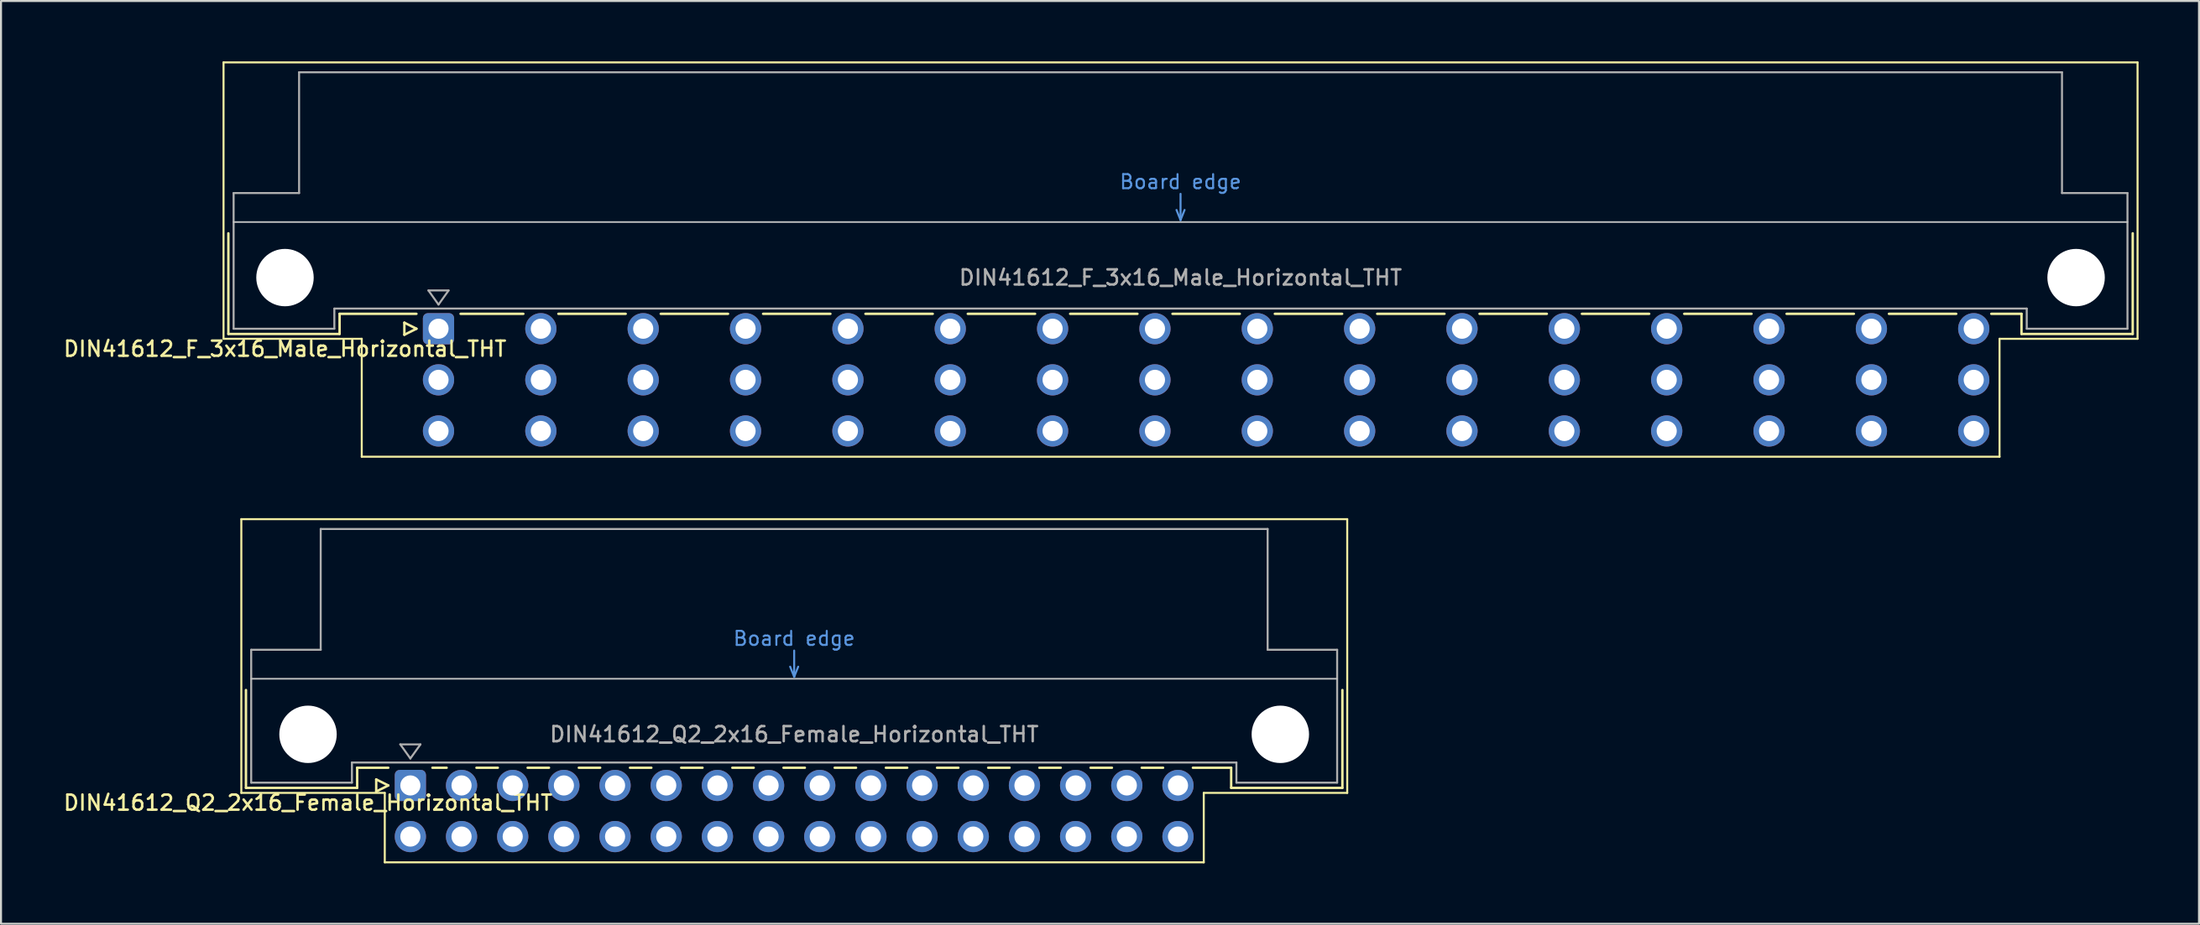
<source format=kicad_pcb>
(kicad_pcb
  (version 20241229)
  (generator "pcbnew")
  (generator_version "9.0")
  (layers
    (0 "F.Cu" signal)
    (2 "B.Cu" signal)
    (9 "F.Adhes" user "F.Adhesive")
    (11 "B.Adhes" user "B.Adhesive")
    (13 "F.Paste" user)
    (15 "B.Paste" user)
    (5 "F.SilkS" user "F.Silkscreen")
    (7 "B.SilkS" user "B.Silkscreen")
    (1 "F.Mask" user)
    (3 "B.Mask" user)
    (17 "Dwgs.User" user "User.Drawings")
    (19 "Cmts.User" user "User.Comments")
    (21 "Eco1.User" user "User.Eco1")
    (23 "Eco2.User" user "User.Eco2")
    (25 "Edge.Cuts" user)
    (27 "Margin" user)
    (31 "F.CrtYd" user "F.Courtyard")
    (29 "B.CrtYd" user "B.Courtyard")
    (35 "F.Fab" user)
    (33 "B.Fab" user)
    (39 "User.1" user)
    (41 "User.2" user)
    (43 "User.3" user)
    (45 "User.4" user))
  (footprint "DIN41612_F_3x16_Male_Horizontal_THT"
    (layer "F.Cu")
    (at 16.175 13.28)
    (property "Reference" "DIN41612_F_3x16_Male_Horizontal_THT" (at -5.08 1 0) (layer "F.SilkS") (effects (font (size 0.75 0.75) (thickness 0.125))))
    (attr through_hole)
    (fp_line (start -8.13 -13.23) (end -8.13 0.5) (stroke (width 0.1) (type solid)) (layer "F.SilkS"))
    (fp_line (start -8.13 0.5) (end -1.27 0.5) (stroke (width 0.1) (type solid)) (layer "F.SilkS"))
    (fp_line (start -7.89 -4.74) (end -7.89 0.26) (stroke (width 0.12) (type solid)) (layer "F.SilkS"))
    (fp_line (start -7.89 0.26) (end -2.37 0.26) (stroke (width 0.12) (type solid)) (layer "F.SilkS"))
    (fp_line (start -2.371 -0.74) (end 1.445 -0.74) (stroke (width 0.12) (type solid)) (layer "F.SilkS"))
    (fp_line (start -2.37 0.26) (end -2.37 -0.74) (stroke (width 0.12) (type solid)) (layer "F.SilkS"))
    (fp_line (start -1.27 0.5) (end -1.27 6.36) (stroke (width 0.1) (type solid)) (layer "F.SilkS"))
    (fp_line (start -1.27 6.36) (end 80.02 6.36) (stroke (width 0.1) (type solid)) (layer "F.SilkS"))
    (fp_line (start 0.845 -0.3) (end 0.845 0.3) (stroke (width 0.12) (type solid)) (layer "F.SilkS"))
    (fp_line (start 0.845 0.3) (end 1.445 0) (stroke (width 0.12) (type solid)) (layer "F.SilkS"))
    (fp_line (start 1.445 0) (end 0.845 -0.3) (stroke (width 0.12) (type solid)) (layer "F.SilkS"))
    (fp_line (start 3.635 -0.74) (end 6.751 -0.74) (stroke (width 0.12) (type solid)) (layer "F.SilkS"))
    (fp_line (start 8.49 -0.74) (end 11.831 -0.74) (stroke (width 0.12) (type solid)) (layer "F.SilkS"))
    (fp_line (start 13.57 -0.74) (end 16.911 -0.74) (stroke (width 0.12) (type solid)) (layer "F.SilkS"))
    (fp_line (start 18.65 -0.74) (end 21.991 -0.74) (stroke (width 0.12) (type solid)) (layer "F.SilkS"))
    (fp_line (start 23.73 -0.74) (end 27.071 -0.74) (stroke (width 0.12) (type solid)) (layer "F.SilkS"))
    (fp_line (start 28.81 -0.74) (end 32.151 -0.74) (stroke (width 0.12) (type solid)) (layer "F.SilkS"))
    (fp_line (start 33.89 -0.74) (end 37.231 -0.74) (stroke (width 0.12) (type solid)) (layer "F.SilkS"))
    (fp_line (start 38.97 -0.74) (end 42.311 -0.74) (stroke (width 0.12) (type solid)) (layer "F.SilkS"))
    (fp_line (start 44.05 -0.74) (end 47.391 -0.74) (stroke (width 0.12) (type solid)) (layer "F.SilkS"))
    (fp_line (start 49.13 -0.74) (end 52.471 -0.74) (stroke (width 0.12) (type solid)) (layer "F.SilkS"))
    (fp_line (start 54.21 -0.74) (end 57.551 -0.74) (stroke (width 0.12) (type solid)) (layer "F.SilkS"))
    (fp_line (start 59.29 -0.74) (end 62.631 -0.74) (stroke (width 0.12) (type solid)) (layer "F.SilkS"))
    (fp_line (start 64.37 -0.74) (end 67.711 -0.74) (stroke (width 0.12) (type solid)) (layer "F.SilkS"))
    (fp_line (start 69.45 -0.74) (end 72.791 -0.74) (stroke (width 0.12) (type solid)) (layer "F.SilkS"))
    (fp_line (start 74.53 -0.74) (end 77.871 -0.74) (stroke (width 0.12) (type solid)) (layer "F.SilkS"))
    (fp_line (start 79.61 -0.74) (end 81.11 -0.74) (stroke (width 0.12) (type solid)) (layer "F.SilkS"))
    (fp_line (start 80.02 0.5) (end 86.87 0.5) (stroke (width 0.1) (type solid)) (layer "F.SilkS"))
    (fp_line (start 80.02 6.36) (end 80.02 0.5) (stroke (width 0.1) (type solid)) (layer "F.SilkS"))
    (fp_line (start 81.11 0.26) (end 81.11 -0.74) (stroke (width 0.12) (type solid)) (layer "F.SilkS"))
    (fp_line (start 86.63 -4.74) (end 86.63 0.26) (stroke (width 0.12) (type solid)) (layer "F.SilkS"))
    (fp_line (start 86.63 0.26) (end 81.11 0.26) (stroke (width 0.12) (type solid)) (layer "F.SilkS"))
    (fp_line (start 86.87 -13.23) (end -8.13 -13.23) (stroke (width 0.1) (type solid)) (layer "F.SilkS"))
    (fp_line (start 86.87 0.5) (end 86.87 -13.23) (stroke (width 0.1) (type solid)) (layer "F.SilkS"))
    (fp_line (start -7.63 -5.3) (end 86.37 -5.3) (stroke (width 0.08) (type solid)) (layer "Dwgs.User"))
    (fp_line (start 39.17 -5.9) (end 39.37 -5.4) (stroke (width 0.1) (type solid)) (layer "Cmts.User"))
    (fp_line (start 39.37 -5.4) (end 39.37 -6.7) (stroke (width 0.1) (type solid)) (layer "Cmts.User"))
    (fp_line (start 39.37 -5.4) (end 39.57 -5.9) (stroke (width 0.1) (type solid)) (layer "Cmts.User"))
    (fp_line (start -7.63 -6.74) (end -7.63 0) (stroke (width 0.1) (type solid)) (layer "F.Fab"))
    (fp_line (start -7.63 0) (end -2.63 0) (stroke (width 0.1) (type solid)) (layer "F.Fab"))
    (fp_line (start -4.38 -12.74) (end -4.38 -6.74) (stroke (width 0.1) (type solid)) (layer "F.Fab"))
    (fp_line (start -4.38 -6.74) (end -7.63 -6.74) (stroke (width 0.1) (type solid)) (layer "F.Fab"))
    (fp_line (start -2.63 -1) (end 81.37 -1) (stroke (width 0.1) (type solid)) (layer "F.Fab"))
    (fp_line (start -2.63 0) (end -2.63 -1) (stroke (width 0.1) (type solid)) (layer "F.Fab"))
    (fp_line (start 2.04 -1.9) (end 3.04 -1.9) (stroke (width 0.1) (type solid)) (layer "F.Fab"))
    (fp_line (start 2.54 -1.2) (end 2.04 -1.9) (stroke (width 0.1) (type solid)) (layer "F.Fab"))
    (fp_line (start 3.04 -1.9) (end 2.54 -1.2) (stroke (width 0.1) (type solid)) (layer "F.Fab"))
    (fp_line (start 81.37 -1) (end 81.37 0) (stroke (width 0.1) (type solid)) (layer "F.Fab"))
    (fp_line (start 81.37 0) (end 86.37 0) (stroke (width 0.1) (type solid)) (layer "F.Fab"))
    (fp_line (start 83.12 -12.74) (end -4.38 -12.74) (stroke (width 0.1) (type solid)) (layer "F.Fab"))
    (fp_line (start 83.12 -6.74) (end 83.12 -12.74) (stroke (width 0.1) (type solid)) (layer "F.Fab"))
    (fp_line (start 86.37 -6.74) (end 83.12 -6.74) (stroke (width 0.1) (type solid)) (layer "F.Fab"))
    (fp_line (start 86.37 0) (end 86.37 -6.74) (stroke (width 0.1) (type solid)) (layer "F.Fab"))
    (fp_text user "Board edge" (at 39.37 -7.3 0) (layer "Cmts.User") (effects (font (size 0.7 0.7) (thickness 0.1))))
    (fp_text user "${REFERENCE}" (at 39.37 -2.54 0) (layer "F.Fab") (effects (font (size 0.75 0.75) (thickness 0.125))))
    (pad "" np_thru_hole circle (at -5.08 -2.54) (size 2.85 2.85) (drill 2.85) (layers "*.Cu" "*.Mask"))
    (pad "" np_thru_hole circle (at 83.82 -2.54) (size 2.85 2.85) (drill 2.85) (layers "*.Cu" "*.Mask"))
    (pad "b2" thru_hole circle (at 2.54 2.54) (size 1.55 1.55) (drill 1) (layers "*.Cu" "*.Mask"))
    (pad "b4" thru_hole circle (at 7.62 2.54) (size 1.55 1.55) (drill 1) (layers "*.Cu" "*.Mask"))
    (pad "b6" thru_hole circle (at 12.7 2.54) (size 1.55 1.55) (drill 1) (layers "*.Cu" "*.Mask"))
    (pad "b8" thru_hole circle (at 17.78 2.54) (size 1.55 1.55) (drill 1) (layers "*.Cu" "*.Mask"))
    (pad "b10" thru_hole circle (at 22.86 2.54) (size 1.55 1.55) (drill 1) (layers "*.Cu" "*.Mask"))
    (pad "b12" thru_hole circle (at 27.94 2.54) (size 1.55 1.55) (drill 1) (layers "*.Cu" "*.Mask"))
    (pad "b14" thru_hole circle (at 33.02 2.54) (size 1.55 1.55) (drill 1) (layers "*.Cu" "*.Mask"))
    (pad "b16" thru_hole circle (at 38.1 2.54) (size 1.55 1.55) (drill 1) (layers "*.Cu" "*.Mask"))
    (pad "b18" thru_hole circle (at 43.18 2.54) (size 1.55 1.55) (drill 1) (layers "*.Cu" "*.Mask"))
    (pad "b20" thru_hole circle (at 48.26 2.54) (size 1.55 1.55) (drill 1) (layers "*.Cu" "*.Mask"))
    (pad "b22" thru_hole circle (at 53.34 2.54) (size 1.55 1.55) (drill 1) (layers "*.Cu" "*.Mask"))
    (pad "b24" thru_hole circle (at 58.42 2.54) (size 1.55 1.55) (drill 1) (layers "*.Cu" "*.Mask"))
    (pad "b26" thru_hole circle (at 63.5 2.54) (size 1.55 1.55) (drill 1) (layers "*.Cu" "*.Mask"))
    (pad "b28" thru_hole circle (at 68.58 2.54) (size 1.55 1.55) (drill 1) (layers "*.Cu" "*.Mask"))
    (pad "b30" thru_hole circle (at 73.66 2.54) (size 1.55 1.55) (drill 1) (layers "*.Cu" "*.Mask"))
    (pad "b32" thru_hole circle (at 78.74 2.54) (size 1.55 1.55) (drill 1) (layers "*.Cu" "*.Mask"))
    (pad "d2" thru_hole circle (at 2.54 5.08) (size 1.55 1.55) (drill 1) (layers "*.Cu" "*.Mask"))
    (pad "d4" thru_hole circle (at 7.62 5.08) (size 1.55 1.55) (drill 1) (layers "*.Cu" "*.Mask"))
    (pad "d6" thru_hole circle (at 12.7 5.08) (size 1.55 1.55) (drill 1) (layers "*.Cu" "*.Mask"))
    (pad "d8" thru_hole circle (at 17.78 5.08) (size 1.55 1.55) (drill 1) (layers "*.Cu" "*.Mask"))
    (pad "d10" thru_hole circle (at 22.86 5.08) (size 1.55 1.55) (drill 1) (layers "*.Cu" "*.Mask"))
    (pad "d12" thru_hole circle (at 27.94 5.08) (size 1.55 1.55) (drill 1) (layers "*.Cu" "*.Mask"))
    (pad "d14" thru_hole circle (at 33.02 5.08) (size 1.55 1.55) (drill 1) (layers "*.Cu" "*.Mask"))
    (pad "d16" thru_hole circle (at 38.1 5.08) (size 1.55 1.55) (drill 1) (layers "*.Cu" "*.Mask"))
    (pad "d18" thru_hole circle (at 43.18 5.08) (size 1.55 1.55) (drill 1) (layers "*.Cu" "*.Mask"))
    (pad "d20" thru_hole circle (at 48.26 5.08) (size 1.55 1.55) (drill 1) (layers "*.Cu" "*.Mask"))
    (pad "d22" thru_hole circle (at 53.34 5.08) (size 1.55 1.55) (drill 1) (layers "*.Cu" "*.Mask"))
    (pad "d24" thru_hole circle (at 58.42 5.08) (size 1.55 1.55) (drill 1) (layers "*.Cu" "*.Mask"))
    (pad "d26" thru_hole circle (at 63.5 5.08) (size 1.55 1.55) (drill 1) (layers "*.Cu" "*.Mask"))
    (pad "d28" thru_hole circle (at 68.58 5.08) (size 1.55 1.55) (drill 1) (layers "*.Cu" "*.Mask"))
    (pad "d30" thru_hole circle (at 73.66 5.08) (size 1.55 1.55) (drill 1) (layers "*.Cu" "*.Mask"))
    (pad "d32" thru_hole circle (at 78.74 5.08) (size 1.55 1.55) (drill 1) (layers "*.Cu" "*.Mask"))
    (pad "z2" thru_hole roundrect (at 2.54 0) (size 1.55 1.55) (drill 1) (layers "*.Cu" "*.Mask") (roundrect_rratio 0.161))
    (pad "z4" thru_hole circle (at 7.62 0) (size 1.55 1.55) (drill 1) (layers "*.Cu" "*.Mask"))
    (pad "z6" thru_hole circle (at 12.7 0) (size 1.55 1.55) (drill 1) (layers "*.Cu" "*.Mask"))
    (pad "z8" thru_hole circle (at 17.78 0) (size 1.55 1.55) (drill 1) (layers "*.Cu" "*.Mask"))
    (pad "z10" thru_hole circle (at 22.86 0) (size 1.55 1.55) (drill 1) (layers "*.Cu" "*.Mask"))
    (pad "z12" thru_hole circle (at 27.94 0) (size 1.55 1.55) (drill 1) (layers "*.Cu" "*.Mask"))
    (pad "z14" thru_hole circle (at 33.02 0) (size 1.55 1.55) (drill 1) (layers "*.Cu" "*.Mask"))
    (pad "z16" thru_hole circle (at 38.1 0) (size 1.55 1.55) (drill 1) (layers "*.Cu" "*.Mask"))
    (pad "z18" thru_hole circle (at 43.18 0) (size 1.55 1.55) (drill 1) (layers "*.Cu" "*.Mask"))
    (pad "z20" thru_hole circle (at 48.26 0) (size 1.55 1.55) (drill 1) (layers "*.Cu" "*.Mask"))
    (pad "z22" thru_hole circle (at 53.34 0) (size 1.55 1.55) (drill 1) (layers "*.Cu" "*.Mask"))
    (pad "z24" thru_hole circle (at 58.42 0) (size 1.55 1.55) (drill 1) (layers "*.Cu" "*.Mask"))
    (pad "z26" thru_hole circle (at 63.5 0) (size 1.55 1.55) (drill 1) (layers "*.Cu" "*.Mask"))
    (pad "z28" thru_hole circle (at 68.58 0) (size 1.55 1.55) (drill 1) (layers "*.Cu" "*.Mask"))
    (pad "z30" thru_hole circle (at 73.66 0) (size 1.55 1.55) (drill 1) (layers "*.Cu" "*.Mask"))
    (pad "z32" thru_hole circle (at 78.74 0) (size 1.55 1.55) (drill 1) (layers "*.Cu" "*.Mask")))
  (footprint "DIN41612_Q2_2x16_Female_Horizontal_THT"
    (layer "F.Cu")
    (at 17.318 35.97)
    (property "Reference" "DIN41612_Q2_2x16_Female_Horizontal_THT" (at -5.08 0.86 0) (layer "F.SilkS") (effects (font (size 0.75 0.75) (thickness 0.125))))
    (attr through_hole)
    (fp_line (start -8.39 -13.23) (end -8.39 0.37) (stroke (width 0.1) (type solid)) (layer "F.SilkS"))
    (fp_line (start -8.39 0.37) (end -1.27 0.37) (stroke (width 0.1) (type solid)) (layer "F.SilkS"))
    (fp_line (start -8.16 -4.74) (end -8.16 0.12) (stroke (width 0.12) (type solid)) (layer "F.SilkS"))
    (fp_line (start -8.16 0.12) (end -2.64 0.12) (stroke (width 0.12) (type solid)) (layer "F.SilkS"))
    (fp_line (start -2.64 -0.88) (end -1.095 -0.88) (stroke (width 0.12) (type solid)) (layer "F.SilkS"))
    (fp_line (start -2.64 0.12) (end -2.64 -0.88) (stroke (width 0.12) (type solid)) (layer "F.SilkS"))
    (fp_line (start -1.695 -0.3) (end -1.695 0.3) (stroke (width 0.12) (type solid)) (layer "F.SilkS"))
    (fp_line (start -1.695 0.3) (end -1.095 0) (stroke (width 0.12) (type solid)) (layer "F.SilkS"))
    (fp_line (start -1.27 0.37) (end -1.27 3.82) (stroke (width 0.1) (type solid)) (layer "F.SilkS"))
    (fp_line (start -1.27 3.82) (end 39.38 3.82) (stroke (width 0.1) (type solid)) (layer "F.SilkS"))
    (fp_line (start -1.095 0) (end -1.695 -0.3) (stroke (width 0.12) (type solid)) (layer "F.SilkS"))
    (fp_line (start 1.095 -0.88) (end 1.801 -0.88) (stroke (width 0.12) (type solid)) (layer "F.SilkS"))
    (fp_line (start 3.28 -0.88) (end 4.341 -0.88) (stroke (width 0.12) (type solid)) (layer "F.SilkS"))
    (fp_line (start 5.82 -0.88) (end 6.881 -0.88) (stroke (width 0.12) (type solid)) (layer "F.SilkS"))
    (fp_line (start 8.36 -0.88) (end 9.421 -0.88) (stroke (width 0.12) (type solid)) (layer "F.SilkS"))
    (fp_line (start 10.9 -0.88) (end 11.961 -0.88) (stroke (width 0.12) (type solid)) (layer "F.SilkS"))
    (fp_line (start 13.44 -0.88) (end 14.501 -0.88) (stroke (width 0.12) (type solid)) (layer "F.SilkS"))
    (fp_line (start 15.98 -0.88) (end 17.041 -0.88) (stroke (width 0.12) (type solid)) (layer "F.SilkS"))
    (fp_line (start 18.52 -0.88) (end 19.581 -0.88) (stroke (width 0.12) (type solid)) (layer "F.SilkS"))
    (fp_line (start 21.06 -0.88) (end 22.121 -0.88) (stroke (width 0.12) (type solid)) (layer "F.SilkS"))
    (fp_line (start 23.6 -0.88) (end 24.661 -0.88) (stroke (width 0.12) (type solid)) (layer "F.SilkS"))
    (fp_line (start 26.14 -0.88) (end 27.201 -0.88) (stroke (width 0.12) (type solid)) (layer "F.SilkS"))
    (fp_line (start 28.68 -0.88) (end 29.741 -0.88) (stroke (width 0.12) (type solid)) (layer "F.SilkS"))
    (fp_line (start 31.22 -0.88) (end 32.281 -0.88) (stroke (width 0.12) (type solid)) (layer "F.SilkS"))
    (fp_line (start 33.76 -0.88) (end 34.821 -0.88) (stroke (width 0.12) (type solid)) (layer "F.SilkS"))
    (fp_line (start 36.3 -0.88) (end 37.361 -0.88) (stroke (width 0.12) (type solid)) (layer "F.SilkS"))
    (fp_line (start 38.84 -0.88) (end 40.74 -0.88) (stroke (width 0.12) (type solid)) (layer "F.SilkS"))
    (fp_line (start 39.38 0.37) (end 46.5 0.37) (stroke (width 0.1) (type solid)) (layer "F.SilkS"))
    (fp_line (start 39.38 3.82) (end 39.38 0.37) (stroke (width 0.1) (type solid)) (layer "F.SilkS"))
    (fp_line (start 40.74 0.12) (end 40.74 -0.88) (stroke (width 0.12) (type solid)) (layer "F.SilkS"))
    (fp_line (start 46.26 -4.74) (end 46.26 0.12) (stroke (width 0.12) (type solid)) (layer "F.SilkS"))
    (fp_line (start 46.26 0.12) (end 40.74 0.12) (stroke (width 0.12) (type solid)) (layer "F.SilkS"))
    (fp_line (start 46.5 -13.23) (end -8.39 -13.23) (stroke (width 0.1) (type solid)) (layer "F.SilkS"))
    (fp_line (start 46.5 0.37) (end 46.5 -13.23) (stroke (width 0.1) (type solid)) (layer "F.SilkS"))
    (fp_line (start -7.9 -5.3) (end 46 -5.3) (stroke (width 0.08) (type solid)) (layer "Dwgs.User"))
    (fp_line (start 18.85 -5.9) (end 19.05 -5.4) (stroke (width 0.1) (type solid)) (layer "Cmts.User"))
    (fp_line (start 19.05 -5.4) (end 19.05 -6.7) (stroke (width 0.1) (type solid)) (layer "Cmts.User"))
    (fp_line (start 19.05 -5.4) (end 19.25 -5.9) (stroke (width 0.1) (type solid)) (layer "Cmts.User"))
    (fp_line (start -7.9 -6.74) (end -7.9 -0.14) (stroke (width 0.1) (type solid)) (layer "F.Fab"))
    (fp_line (start -7.9 -0.14) (end -2.9 -0.14) (stroke (width 0.1) (type solid)) (layer "F.Fab"))
    (fp_line (start -4.45 -12.74) (end -4.45 -6.74) (stroke (width 0.1) (type solid)) (layer "F.Fab"))
    (fp_line (start -4.45 -6.74) (end -7.9 -6.74) (stroke (width 0.1) (type solid)) (layer "F.Fab"))
    (fp_line (start -2.9 -1.14) (end 41 -1.14) (stroke (width 0.1) (type solid)) (layer "F.Fab"))
    (fp_line (start -2.9 -0.14) (end -2.9 -1.14) (stroke (width 0.1) (type solid)) (layer "F.Fab"))
    (fp_line (start -0.5 -2.04) (end 0.5 -2.04) (stroke (width 0.1) (type solid)) (layer "F.Fab"))
    (fp_line (start 0 -1.34) (end -0.5 -2.04) (stroke (width 0.1) (type solid)) (layer "F.Fab"))
    (fp_line (start 0.5 -2.04) (end 0 -1.34) (stroke (width 0.1) (type solid)) (layer "F.Fab"))
    (fp_line (start 41 -1.14) (end 41 -0.14) (stroke (width 0.1) (type solid)) (layer "F.Fab"))
    (fp_line (start 41 -0.14) (end 46 -0.14) (stroke (width 0.1) (type solid)) (layer "F.Fab"))
    (fp_line (start 42.55 -12.74) (end -4.45 -12.74) (stroke (width 0.1) (type solid)) (layer "F.Fab"))
    (fp_line (start 42.55 -6.74) (end 42.55 -12.74) (stroke (width 0.1) (type solid)) (layer "F.Fab"))
    (fp_line (start 46 -6.74) (end 42.55 -6.74) (stroke (width 0.1) (type solid)) (layer "F.Fab"))
    (fp_line (start 46 -0.14) (end 46 -6.74) (stroke (width 0.1) (type solid)) (layer "F.Fab"))
    (fp_text user "Board edge" (at 19.05 -7.3 0) (layer "Cmts.User") (effects (font (size 0.7 0.7) (thickness 0.1))))
    (fp_text user "${REFERENCE}" (at 19.05 -2.54 0) (layer "F.Fab") (effects (font (size 0.75 0.75) (thickness 0.125))))
    (pad "" np_thru_hole circle (at -5.08 -2.54) (size 2.85 2.85) (drill 2.85) (layers "*.Cu" "*.Mask"))
    (pad "" np_thru_hole circle (at 43.18 -2.54) (size 2.85 2.85) (drill 2.85) (layers "*.Cu" "*.Mask"))
    (pad "a1" thru_hole roundrect (at 0 0) (size 1.55 1.55) (drill 1) (layers "*.Cu" "*.Mask") (roundrect_rratio 0.161))
    (pad "a2" thru_hole circle (at 2.54 0) (size 1.55 1.55) (drill 1) (layers "*.Cu" "*.Mask"))
    (pad "a3" thru_hole circle (at 5.08 0) (size 1.55 1.55) (drill 1) (layers "*.Cu" "*.Mask"))
    (pad "a4" thru_hole circle (at 7.62 0) (size 1.55 1.55) (drill 1) (layers "*.Cu" "*.Mask"))
    (pad "a5" thru_hole circle (at 10.16 0) (size 1.55 1.55) (drill 1) (layers "*.Cu" "*.Mask"))
    (pad "a6" thru_hole circle (at 12.7 0) (size 1.55 1.55) (drill 1) (layers "*.Cu" "*.Mask"))
    (pad "a7" thru_hole circle (at 15.24 0) (size 1.55 1.55) (drill 1) (layers "*.Cu" "*.Mask"))
    (pad "a8" thru_hole circle (at 17.78 0) (size 1.55 1.55) (drill 1) (layers "*.Cu" "*.Mask"))
    (pad "a9" thru_hole circle (at 20.32 0) (size 1.55 1.55) (drill 1) (layers "*.Cu" "*.Mask"))
    (pad "a10" thru_hole circle (at 22.86 0) (size 1.55 1.55) (drill 1) (layers "*.Cu" "*.Mask"))
    (pad "a11" thru_hole circle (at 25.4 0) (size 1.55 1.55) (drill 1) (layers "*.Cu" "*.Mask"))
    (pad "a12" thru_hole circle (at 27.94 0) (size 1.55 1.55) (drill 1) (layers "*.Cu" "*.Mask"))
    (pad "a13" thru_hole circle (at 30.48 0) (size 1.55 1.55) (drill 1) (layers "*.Cu" "*.Mask"))
    (pad "a14" thru_hole circle (at 33.02 0) (size 1.55 1.55) (drill 1) (layers "*.Cu" "*.Mask"))
    (pad "a15" thru_hole circle (at 35.56 0) (size 1.55 1.55) (drill 1) (layers "*.Cu" "*.Mask"))
    (pad "a16" thru_hole circle (at 38.1 0) (size 1.55 1.55) (drill 1) (layers "*.Cu" "*.Mask"))
    (pad "b1" thru_hole circle (at 0 2.54) (size 1.55 1.55) (drill 1) (layers "*.Cu" "*.Mask"))
    (pad "b2" thru_hole circle (at 2.54 2.54) (size 1.55 1.55) (drill 1) (layers "*.Cu" "*.Mask"))
    (pad "b3" thru_hole circle (at 5.08 2.54) (size 1.55 1.55) (drill 1) (layers "*.Cu" "*.Mask"))
    (pad "b4" thru_hole circle (at 7.62 2.54) (size 1.55 1.55) (drill 1) (layers "*.Cu" "*.Mask"))
    (pad "b5" thru_hole circle (at 10.16 2.54) (size 1.55 1.55) (drill 1) (layers "*.Cu" "*.Mask"))
    (pad "b6" thru_hole circle (at 12.7 2.54) (size 1.55 1.55) (drill 1) (layers "*.Cu" "*.Mask"))
    (pad "b7" thru_hole circle (at 15.24 2.54) (size 1.55 1.55) (drill 1) (layers "*.Cu" "*.Mask"))
    (pad "b8" thru_hole circle (at 17.78 2.54) (size 1.55 1.55) (drill 1) (layers "*.Cu" "*.Mask"))
    (pad "b9" thru_hole circle (at 20.32 2.54) (size 1.55 1.55) (drill 1) (layers "*.Cu" "*.Mask"))
    (pad "b10" thru_hole circle (at 22.86 2.54) (size 1.55 1.55) (drill 1) (layers "*.Cu" "*.Mask"))
    (pad "b11" thru_hole circle (at 25.4 2.54) (size 1.55 1.55) (drill 1) (layers "*.Cu" "*.Mask"))
    (pad "b12" thru_hole circle (at 27.94 2.54) (size 1.55 1.55) (drill 1) (layers "*.Cu" "*.Mask"))
    (pad "b13" thru_hole circle (at 30.48 2.54) (size 1.55 1.55) (drill 1) (layers "*.Cu" "*.Mask"))
    (pad "b14" thru_hole circle (at 33.02 2.54) (size 1.55 1.55) (drill 1) (layers "*.Cu" "*.Mask"))
    (pad "b15" thru_hole circle (at 35.56 2.54) (size 1.55 1.55) (drill 1) (layers "*.Cu" "*.Mask"))
    (pad "b16" thru_hole circle (at 38.1 2.54) (size 1.55 1.55) (drill 1) (layers "*.Cu" "*.Mask")))
  (gr_rect
    (start -3 -3)
    (end 106.095 42.84)
    (stroke (width 0.1) (type default))
    (fill no)
    (layer "Edge.Cuts")))
</source>
